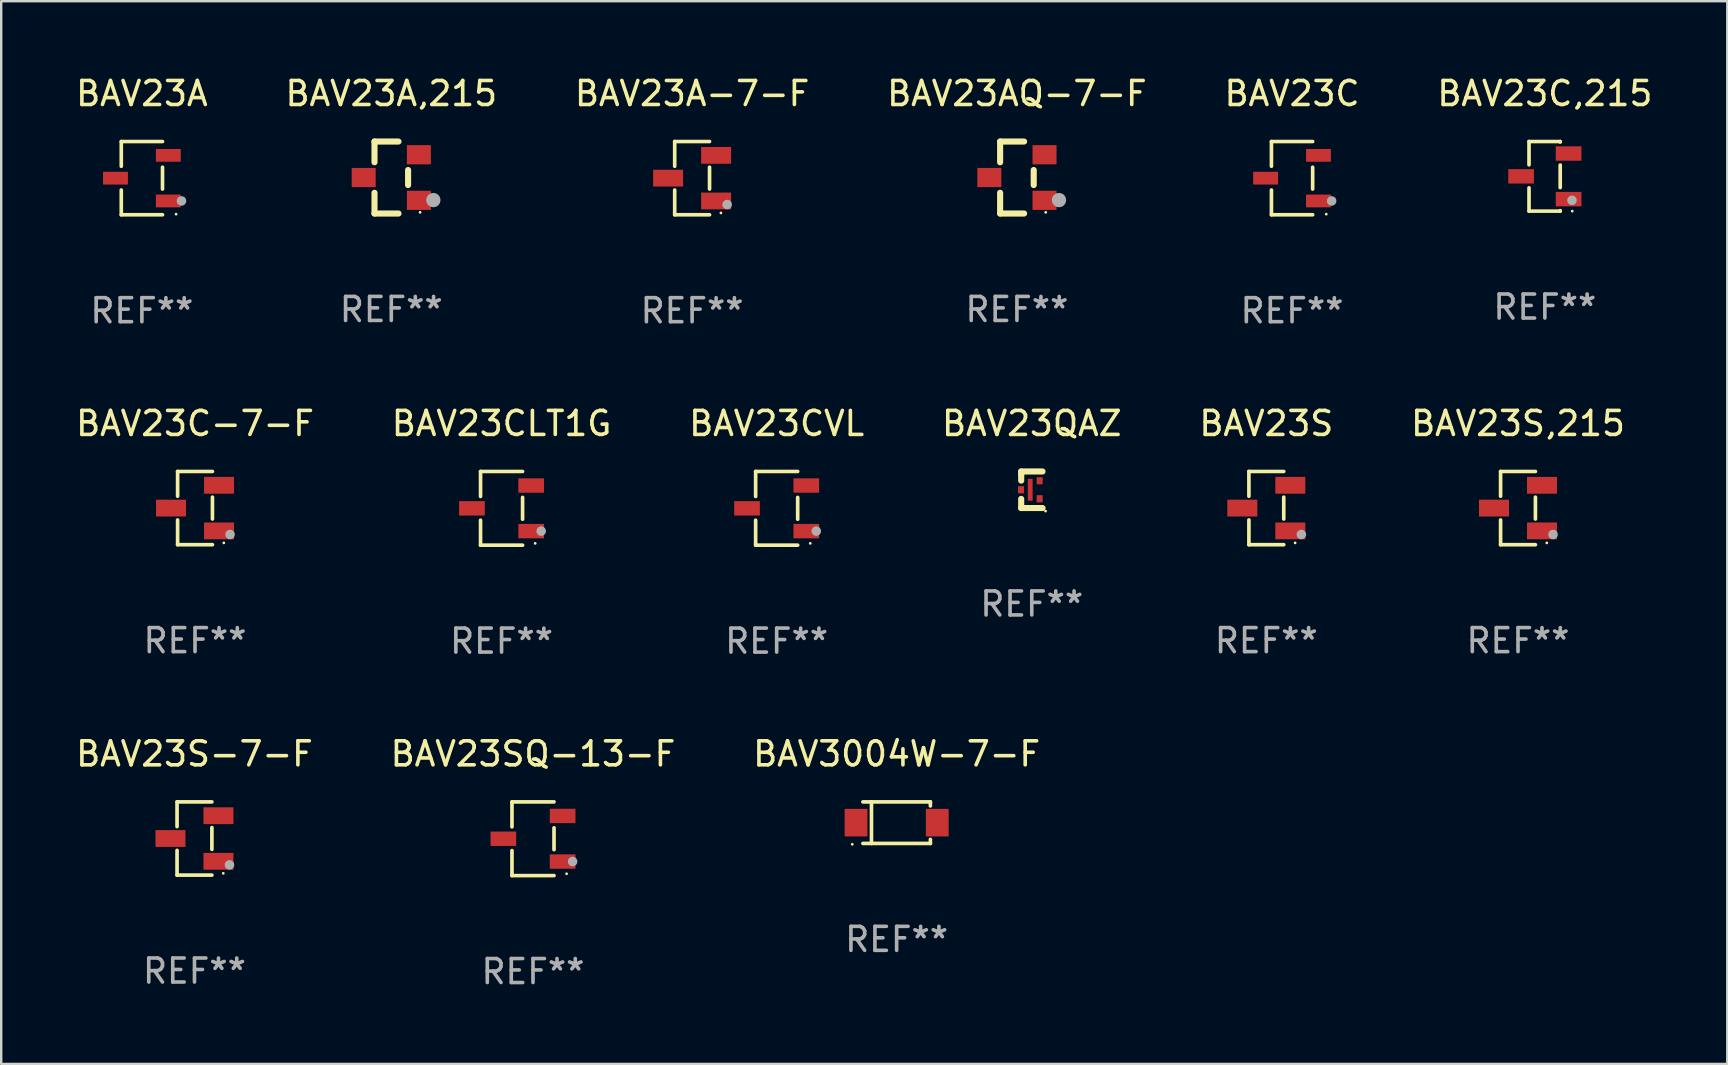
<source format=kicad_pcb>
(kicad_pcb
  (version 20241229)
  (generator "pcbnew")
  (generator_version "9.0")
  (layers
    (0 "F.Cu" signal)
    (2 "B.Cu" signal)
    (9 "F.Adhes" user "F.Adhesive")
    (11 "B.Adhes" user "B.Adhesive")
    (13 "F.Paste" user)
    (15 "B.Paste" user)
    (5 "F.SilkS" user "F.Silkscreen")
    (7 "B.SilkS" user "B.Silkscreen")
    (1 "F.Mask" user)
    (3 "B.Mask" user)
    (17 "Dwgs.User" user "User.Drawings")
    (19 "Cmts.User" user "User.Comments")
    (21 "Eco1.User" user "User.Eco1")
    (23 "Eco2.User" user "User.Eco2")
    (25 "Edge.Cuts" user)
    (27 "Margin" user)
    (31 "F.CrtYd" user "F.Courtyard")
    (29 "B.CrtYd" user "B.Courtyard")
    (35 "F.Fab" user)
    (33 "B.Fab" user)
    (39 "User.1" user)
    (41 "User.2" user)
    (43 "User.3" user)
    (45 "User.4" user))
  (footprint "BAV23S"
    (layer "F.Cu")
    (at 49.72 18.123)
    (property "Reference" "BAV23S" (at 0 -3.526 0) (layer "F.SilkS") (effects (font (size 1 1) (thickness 0.15))))
    (attr through_hole)
    (fp_line (start -0.726 -1.526) (end -0.726 -0.495) (stroke (width 0.152) (type solid)) (layer "F.SilkS"))
    (fp_line (start -0.726 1.526) (end -0.726 0.495) (stroke (width 0.152) (type solid)) (layer "F.SilkS"))
    (fp_line (start 0.726 -1.526) (end -0.726 -1.526) (stroke (width 0.152) (type solid)) (layer "F.SilkS"))
    (fp_line (start 0.726 -0.455) (end 0.726 0.455) (stroke (width 0.152) (type solid)) (layer "F.SilkS"))
    (fp_line (start 0.726 1.526) (end -0.726 1.526) (stroke (width 0.152) (type solid)) (layer "F.SilkS"))
    (fp_circle (center 1.2 1.45) (end 1.23 1.45) (stroke (width 0.06) (type solid)) (fill no) (layer "F.SilkS"))
    (fp_circle (center 1.46 1.1) (end 1.56 1.1) (stroke (width 0.2) (type solid)) (fill no) (layer "F.Fab"))
    (fp_text user "REF**" (at 0 5.526 0) (layer "F.Fab") (effects (font (size 1 1) (thickness 0.15))))
    (pad "1" smd rect (at 1 0.95) (size 1.25 0.7) (layers "F.Cu" "F.Mask" "F.Paste"))
    (pad "2" smd rect (at 1 -0.95) (size 1.25 0.7) (layers "F.Cu" "F.Mask" "F.Paste"))
    (pad "3" smd rect (at -1 0) (size 1.25 0.7) (layers "F.Cu" "F.Mask" "F.Paste")))
  (footprint "BAV23CVL"
    (layer "F.Cu")
    (at 29.315 18.133)
    (property "Reference" "BAV23CVL" (at 0 -3.536 0) (layer "F.SilkS") (effects (font (size 1 1) (thickness 0.15))))
    (attr through_hole)
    (fp_line (start -0.876 -1.536) (end -0.876 -0.495) (stroke (width 0.152) (type solid)) (layer "F.SilkS"))
    (fp_line (start -0.876 1.536) (end -0.876 0.495) (stroke (width 0.152) (type solid)) (layer "F.SilkS"))
    (fp_line (start 0.876 -1.536) (end -0.876 -1.536) (stroke (width 0.152) (type solid)) (layer "F.SilkS"))
    (fp_line (start 0.876 -0.455) (end 0.876 0.455) (stroke (width 0.152) (type solid)) (layer "F.SilkS"))
    (fp_line (start 0.876 1.536) (end -0.876 1.536) (stroke (width 0.152) (type solid)) (layer "F.SilkS"))
    (fp_circle (center 1.4 1.46) (end 1.43 1.46) (stroke (width 0.06) (type solid)) (fill no) (layer "F.SilkS"))
    (fp_circle (center 1.651 0.95) (end 1.751 0.95) (stroke (width 0.2) (type solid)) (fill no) (layer "F.Fab"))
    (fp_text user "REF**" (at 0 5.536 0) (layer "F.Fab") (effects (font (size 1 1) (thickness 0.15))))
    (pad "1" smd rect (at 1.235 0.95) (size 1.07 0.6) (layers "F.Cu" "F.Mask" "F.Paste"))
    (pad "2" smd rect (at 1.235 -0.95) (size 1.07 0.6) (layers "F.Cu" "F.Mask" "F.Paste"))
    (pad "3" smd rect (at -1.235 0) (size 1.07 0.6) (layers "F.Cu" "F.Mask" "F.Paste")))
  (footprint "BAV23S-7-F"
    (layer "F.Cu")
    (at 5.054 31.892)
    (property "Reference" "BAV23S-7-F" (at 0 -3.526 0) (layer "F.SilkS") (effects (font (size 1 1) (thickness 0.15))))
    (attr through_hole)
    (fp_line (start -0.726 -1.526) (end -0.726 -0.495) (stroke (width 0.152) (type solid)) (layer "F.SilkS"))
    (fp_line (start -0.726 1.526) (end -0.726 0.495) (stroke (width 0.152) (type solid)) (layer "F.SilkS"))
    (fp_line (start 0.726 -1.526) (end -0.726 -1.526) (stroke (width 0.152) (type solid)) (layer "F.SilkS"))
    (fp_line (start 0.726 -0.455) (end 0.726 0.455) (stroke (width 0.152) (type solid)) (layer "F.SilkS"))
    (fp_line (start 0.726 1.526) (end -0.726 1.526) (stroke (width 0.152) (type solid)) (layer "F.SilkS"))
    (fp_circle (center 1.2 1.45) (end 1.23 1.45) (stroke (width 0.06) (type solid)) (fill no) (layer "F.SilkS"))
    (fp_circle (center 1.46 1.1) (end 1.56 1.1) (stroke (width 0.2) (type solid)) (fill no) (layer "F.Fab"))
    (fp_text user "REF**" (at 0 5.526 0) (layer "F.Fab") (effects (font (size 1 1) (thickness 0.15))))
    (pad "1" smd rect (at 1 0.95) (size 1.25 0.7) (layers "F.Cu" "F.Mask" "F.Paste"))
    (pad "2" smd rect (at 1 -0.95) (size 1.25 0.7) (layers "F.Cu" "F.Mask" "F.Paste"))
    (pad "3" smd rect (at -1 0) (size 1.25 0.7) (layers "F.Cu" "F.Mask" "F.Paste")))
  (footprint "BAV3004W-7-F"
    (layer "F.Cu")
    (at 34.315 31.232)
    (property "Reference" "BAV3004W-7-F" (at 0 -2.866 0) (layer "F.SilkS") (effects (font (size 1 1) (thickness 0.15))))
    (attr through_hole)
    (fp_line (start -1.406 -0.866) (end 1.406 -0.866) (stroke (width 0.152) (type solid)) (layer "F.SilkS"))
    (fp_line (start -1.406 0.866) (end 1.406 0.866) (stroke (width 0.152) (type solid)) (layer "F.SilkS"))
    (fp_line (start -1.049 -0.866) (end -1.049 0.866) (stroke (width 0.152) (type solid)) (layer "F.SilkS"))
    (fp_line (start 1.406 -0.866) (end 1.406 -0.698) (stroke (width 0.152) (type solid)) (layer "F.SilkS"))
    (fp_line (start 1.406 0.866) (end 1.406 0.698) (stroke (width 0.152) (type solid)) (layer "F.SilkS"))
    (fp_circle (center -1.851 0.9) (end -1.821 0.9) (stroke (width 0.06) (type solid)) (fill no) (layer "F.SilkS"))
    (fp_text user "REF**" (at 0 4.866 0) (layer "F.Fab") (effects (font (size 1 1) (thickness 0.15))))
    (pad "1" smd rect (at -1.692 0) (size 0.95 1.15) (layers "F.Cu" "F.Mask" "F.Paste"))
    (pad "2" smd rect (at 1.692 0) (size 0.95 1.15) (layers "F.Cu" "F.Mask" "F.Paste")))
  (footprint "BAV23A,215"
    (layer "F.Cu")
    (at 13.256 4.348)
    (property "Reference" "BAV23A,215" (at 0 -3.5 0) (layer "F.SilkS") (effects (font (size 1 1) (thickness 0.15))))
    (attr through_hole)
    (fp_line (start -0.7 -1.5) (end 0.3 -1.5) (stroke (width 0.254) (type solid)) (layer "F.SilkS"))
    (fp_line (start -0.7 -0.636) (end -0.7 -1.5) (stroke (width 0.254) (type solid)) (layer "F.SilkS"))
    (fp_line (start -0.7 1.5) (end -0.7 0.636) (stroke (width 0.254) (type solid)) (layer "F.SilkS"))
    (fp_line (start -0.7 1.5) (end 0.3 1.5) (stroke (width 0.254) (type solid)) (layer "F.SilkS"))
    (fp_line (start 0.7 0.314) (end 0.7 -0.314) (stroke (width 0.254) (type solid)) (layer "F.SilkS"))
    (fp_circle (center 1.2 1.45) (end 1.23 1.45) (stroke (width 0.06) (type solid)) (fill no) (layer "F.SilkS"))
    (fp_circle (center 1.753 0.94) (end 1.903 0.94) (stroke (width 0.3) (type solid)) (fill no) (layer "F.Fab"))
    (fp_text user "REF**" (at 0 5.5 0) (layer "F.Fab") (effects (font (size 1 1) (thickness 0.15))))
    (pad "1" smd rect (at 1.15 0.95 180) (size 1 0.8) (layers "F.Cu" "F.Mask" "F.Paste"))
    (pad "2" smd rect (at 1.15 -0.95 180) (size 1 0.8) (layers "F.Cu" "F.Mask" "F.Paste"))
    (pad "3" smd rect (at -1.15 -0.000051 180) (size 1 0.8) (layers "F.Cu" "F.Mask" "F.Paste")))
  (footprint "BAV23S,215"
    (layer "F.Cu")
    (at 60.208 18.123)
    (property "Reference" "BAV23S,215" (at 0 -3.526 0) (layer "F.SilkS") (effects (font (size 1 1) (thickness 0.15))))
    (attr through_hole)
    (fp_line (start -0.726 -1.526) (end -0.726 -0.495) (stroke (width 0.152) (type solid)) (layer "F.SilkS"))
    (fp_line (start -0.726 1.526) (end -0.726 0.495) (stroke (width 0.152) (type solid)) (layer "F.SilkS"))
    (fp_line (start 0.726 -1.526) (end -0.726 -1.526) (stroke (width 0.152) (type solid)) (layer "F.SilkS"))
    (fp_line (start 0.726 -0.455) (end 0.726 0.455) (stroke (width 0.152) (type solid)) (layer "F.SilkS"))
    (fp_line (start 0.726 1.526) (end -0.726 1.526) (stroke (width 0.152) (type solid)) (layer "F.SilkS"))
    (fp_circle (center 1.2 1.45) (end 1.23 1.45) (stroke (width 0.06) (type solid)) (fill no) (layer "F.SilkS"))
    (fp_circle (center 1.46 1.1) (end 1.56 1.1) (stroke (width 0.2) (type solid)) (fill no) (layer "F.Fab"))
    (fp_text user "REF**" (at 0 5.526 0) (layer "F.Fab") (effects (font (size 1 1) (thickness 0.15))))
    (pad "1" smd rect (at 1 0.95) (size 1.25 0.7) (layers "F.Cu" "F.Mask" "F.Paste"))
    (pad "2" smd rect (at 1 -0.95) (size 1.25 0.7) (layers "F.Cu" "F.Mask" "F.Paste"))
    (pad "3" smd rect (at -1 0) (size 1.25 0.7) (layers "F.Cu" "F.Mask" "F.Paste")))
  (footprint "BAV23AQ-7-F"
    (layer "F.Cu")
    (at 39.327 4.348)
    (property "Reference" "BAV23AQ-7-F" (at 0 -3.5 0) (layer "F.SilkS") (effects (font (size 1 1) (thickness 0.15))))
    (attr through_hole)
    (fp_line (start -0.7 -1.5) (end 0.3 -1.5) (stroke (width 0.254) (type solid)) (layer "F.SilkS"))
    (fp_line (start -0.7 -0.636) (end -0.7 -1.5) (stroke (width 0.254) (type solid)) (layer "F.SilkS"))
    (fp_line (start -0.7 1.5) (end -0.7 0.636) (stroke (width 0.254) (type solid)) (layer "F.SilkS"))
    (fp_line (start -0.7 1.5) (end 0.3 1.5) (stroke (width 0.254) (type solid)) (layer "F.SilkS"))
    (fp_line (start 0.7 0.314) (end 0.7 -0.314) (stroke (width 0.254) (type solid)) (layer "F.SilkS"))
    (fp_circle (center 1.2 1.45) (end 1.23 1.45) (stroke (width 0.06) (type solid)) (fill no) (layer "F.SilkS"))
    (fp_circle (center 1.753 0.94) (end 1.903 0.94) (stroke (width 0.3) (type solid)) (fill no) (layer "F.Fab"))
    (fp_text user "REF**" (at 0 5.5 0) (layer "F.Fab") (effects (font (size 1 1) (thickness 0.15))))
    (pad "1" smd rect (at 1.15 0.95 180) (size 1 0.8) (layers "F.Cu" "F.Mask" "F.Paste"))
    (pad "2" smd rect (at 1.15 -0.95 180) (size 1 0.8) (layers "F.Cu" "F.Mask" "F.Paste"))
    (pad "3" smd rect (at -1.15 -0.000051 180) (size 1 0.8) (layers "F.Cu" "F.Mask" "F.Paste")))
  (footprint "BAV23C"
    (layer "F.Cu")
    (at 50.792 4.374)
    (property "Reference" "BAV23C" (at 0 -3.526 0) (layer "F.SilkS") (effects (font (size 1 1) (thickness 0.15))))
    (attr through_hole)
    (fp_line (start -0.859 -1.526) (end -0.859 -0.495) (stroke (width 0.152) (type solid)) (layer "F.SilkS"))
    (fp_line (start -0.859 1.526) (end -0.859 0.495) (stroke (width 0.152) (type solid)) (layer "F.SilkS"))
    (fp_line (start 0.859 -1.526) (end -0.859 -1.526) (stroke (width 0.152) (type solid)) (layer "F.SilkS"))
    (fp_line (start 0.859 -0.455) (end 0.859 0.455) (stroke (width 0.152) (type solid)) (layer "F.SilkS"))
    (fp_line (start 0.859 1.526) (end -0.859 1.526) (stroke (width 0.152) (type solid)) (layer "F.SilkS"))
    (fp_circle (center 1.425 1.5) (end 1.455 1.5) (stroke (width 0.06) (type solid)) (fill no) (layer "F.SilkS"))
    (fp_circle (center 1.65 0.95) (end 1.75 0.95) (stroke (width 0.2) (type solid)) (fill no) (layer "F.Fab"))
    (fp_text user "REF**" (at 0 5.526 0) (layer "F.Fab") (effects (font (size 1 1) (thickness 0.15))))
    (pad "1" smd rect (at 1.101 0.95) (size 1.037 0.532) (layers "F.Cu" "F.Mask" "F.Paste"))
    (pad "2" smd rect (at 1.101 -0.95) (size 1.037 0.532) (layers "F.Cu" "F.Mask" "F.Paste"))
    (pad "3" smd rect (at -1.101 0) (size 1.037 0.532) (layers "F.Cu" "F.Mask" "F.Paste")))
  (footprint "BAV23SQ-13-F"
    (layer "F.Cu")
    (at 19.161 31.902)
    (property "Reference" "BAV23SQ-13-F" (at 0 -3.536 0) (layer "F.SilkS") (effects (font (size 1 1) (thickness 0.15))))
    (attr through_hole)
    (fp_line (start -0.876 -1.536) (end -0.876 -0.495) (stroke (width 0.152) (type solid)) (layer "F.SilkS"))
    (fp_line (start -0.876 1.536) (end -0.876 0.495) (stroke (width 0.152) (type solid)) (layer "F.SilkS"))
    (fp_line (start 0.876 -1.536) (end -0.876 -1.536) (stroke (width 0.152) (type solid)) (layer "F.SilkS"))
    (fp_line (start 0.876 -0.455) (end 0.876 0.455) (stroke (width 0.152) (type solid)) (layer "F.SilkS"))
    (fp_line (start 0.876 1.536) (end -0.876 1.536) (stroke (width 0.152) (type solid)) (layer "F.SilkS"))
    (fp_circle (center 1.4 1.46) (end 1.43 1.46) (stroke (width 0.06) (type solid)) (fill no) (layer "F.SilkS"))
    (fp_circle (center 1.651 0.95) (end 1.751 0.95) (stroke (width 0.2) (type solid)) (fill no) (layer "F.Fab"))
    (fp_text user "REF**" (at 0 5.536 0) (layer "F.Fab") (effects (font (size 1 1) (thickness 0.15))))
    (pad "1" smd rect (at 1.235 0.95) (size 1.07 0.6) (layers "F.Cu" "F.Mask" "F.Paste"))
    (pad "2" smd rect (at 1.235 -0.95) (size 1.07 0.6) (layers "F.Cu" "F.Mask" "F.Paste"))
    (pad "3" smd rect (at -1.235 0) (size 1.07 0.6) (layers "F.Cu" "F.Mask" "F.Paste")))
  (footprint "BAV23A"
    (layer "F.Cu")
    (at 2.863 4.374)
    (property "Reference" "BAV23A" (at 0 -3.526 0) (layer "F.SilkS") (effects (font (size 1 1) (thickness 0.15))))
    (attr through_hole)
    (fp_line (start -0.859 -1.526) (end -0.859 -0.495) (stroke (width 0.152) (type solid)) (layer "F.SilkS"))
    (fp_line (start -0.859 1.526) (end -0.859 0.495) (stroke (width 0.152) (type solid)) (layer "F.SilkS"))
    (fp_line (start 0.859 -1.526) (end -0.859 -1.526) (stroke (width 0.152) (type solid)) (layer "F.SilkS"))
    (fp_line (start 0.859 -0.455) (end 0.859 0.455) (stroke (width 0.152) (type solid)) (layer "F.SilkS"))
    (fp_line (start 0.859 1.526) (end -0.859 1.526) (stroke (width 0.152) (type solid)) (layer "F.SilkS"))
    (fp_circle (center 1.425 1.5) (end 1.455 1.5) (stroke (width 0.06) (type solid)) (fill no) (layer "F.SilkS"))
    (fp_circle (center 1.65 0.95) (end 1.75 0.95) (stroke (width 0.2) (type solid)) (fill no) (layer "F.Fab"))
    (fp_text user "REF**" (at 0 5.526 0) (layer "F.Fab") (effects (font (size 1 1) (thickness 0.15))))
    (pad "1" smd rect (at 1.101 0.95) (size 1.037 0.532) (layers "F.Cu" "F.Mask" "F.Paste"))
    (pad "2" smd rect (at 1.101 -0.95) (size 1.037 0.532) (layers "F.Cu" "F.Mask" "F.Paste"))
    (pad "3" smd rect (at -1.101 0) (size 1.037 0.532) (layers "F.Cu" "F.Mask" "F.Paste")))
  (footprint "BAV23QAZ"
    (layer "F.Cu")
    (at 39.946 17.359)
    (property "Reference" "BAV23QAZ" (at 0 -2.762 0) (layer "F.SilkS") (effects (font (size 1 1) (thickness 0.15))))
    (attr through_hole)
    (fp_line (start -0.441 -0.762) (end 0.448 -0.762) (stroke (width 0.254) (type solid)) (layer "F.SilkS"))
    (fp_line (start -0.441 -0.635) (end -0.441 -0.762) (stroke (width 0.254) (type solid)) (layer "F.SilkS"))
    (fp_line (start -0.441 -0.381) (end -0.441 -0.635) (stroke (width 0.254) (type solid)) (layer "F.SilkS"))
    (fp_line (start -0.441 0.381) (end -0.441 0.762) (stroke (width 0.254) (type solid)) (layer "F.SilkS"))
    (fp_line (start -0.441 0.762) (end 0.448 0.762) (stroke (width 0.254) (type solid)) (layer "F.SilkS"))
    (fp_circle (center 0.575 0.889) (end 0.605 0.889) (stroke (width 0.06) (type solid)) (fill no) (layer "F.SilkS"))
    (fp_text user "REF**" (at 0 4.762 0) (layer "F.Fab") (effects (font (size 1 1) (thickness 0.15))))
    (pad "1" smd rect (at 0.329 0.375 270) (size 0.3 0.25) (layers "F.Cu" "F.Mask" "F.Paste"))
    (pad "2" smd rect (at 0.329 -0.375 270) (size 0.3 0.25) (layers "F.Cu" "F.Mask" "F.Paste"))
    (pad "3" smd rect (at -0.448 0 270) (size 0.3 0.25) (layers "F.Cu" "F.Mask" "F.Paste"))
    (pad "4" smd rect (at -0.065 0 270) (size 0.91 0.2) (layers "F.Cu" "F.Mask" "F.Paste")))
  (footprint "BAV23C-7-F"
    (layer "F.Cu")
    (at 5.077 18.123)
    (property "Reference" "BAV23C-7-F" (at 0 -3.526 0) (layer "F.SilkS") (effects (font (size 1 1) (thickness 0.15))))
    (attr through_hole)
    (fp_line (start -0.726 -1.526) (end -0.726 -0.495) (stroke (width 0.152) (type solid)) (layer "F.SilkS"))
    (fp_line (start -0.726 1.526) (end -0.726 0.495) (stroke (width 0.152) (type solid)) (layer "F.SilkS"))
    (fp_line (start 0.726 -1.526) (end -0.726 -1.526) (stroke (width 0.152) (type solid)) (layer "F.SilkS"))
    (fp_line (start 0.726 -0.455) (end 0.726 0.455) (stroke (width 0.152) (type solid)) (layer "F.SilkS"))
    (fp_line (start 0.726 1.526) (end -0.726 1.526) (stroke (width 0.152) (type solid)) (layer "F.SilkS"))
    (fp_circle (center 1.2 1.45) (end 1.23 1.45) (stroke (width 0.06) (type solid)) (fill no) (layer "F.SilkS"))
    (fp_circle (center 1.46 1.1) (end 1.56 1.1) (stroke (width 0.2) (type solid)) (fill no) (layer "F.Fab"))
    (fp_text user "REF**" (at 0 5.526 0) (layer "F.Fab") (effects (font (size 1 1) (thickness 0.15))))
    (pad "1" smd rect (at 1 0.95) (size 1.25 0.7) (layers "F.Cu" "F.Mask" "F.Paste"))
    (pad "2" smd rect (at 1 -0.95) (size 1.25 0.7) (layers "F.Cu" "F.Mask" "F.Paste"))
    (pad "3" smd rect (at -1 0) (size 1.25 0.7) (layers "F.Cu" "F.Mask" "F.Paste")))
  (footprint "BAV23CLT1G"
    (layer "F.Cu")
    (at 17.851 18.133)
    (property "Reference" "BAV23CLT1G" (at 0 -3.536 0) (layer "F.SilkS") (effects (font (size 1 1) (thickness 0.15))))
    (attr through_hole)
    (fp_line (start -0.876 -1.536) (end -0.876 -0.495) (stroke (width 0.152) (type solid)) (layer "F.SilkS"))
    (fp_line (start -0.876 1.536) (end -0.876 0.495) (stroke (width 0.152) (type solid)) (layer "F.SilkS"))
    (fp_line (start 0.876 -1.536) (end -0.876 -1.536) (stroke (width 0.152) (type solid)) (layer "F.SilkS"))
    (fp_line (start 0.876 -0.455) (end 0.876 0.455) (stroke (width 0.152) (type solid)) (layer "F.SilkS"))
    (fp_line (start 0.876 1.536) (end -0.876 1.536) (stroke (width 0.152) (type solid)) (layer "F.SilkS"))
    (fp_circle (center 1.4 1.46) (end 1.43 1.46) (stroke (width 0.06) (type solid)) (fill no) (layer "F.SilkS"))
    (fp_circle (center 1.651 0.95) (end 1.751 0.95) (stroke (width 0.2) (type solid)) (fill no) (layer "F.Fab"))
    (fp_text user "REF**" (at 0 5.536 0) (layer "F.Fab") (effects (font (size 1 1) (thickness 0.15))))
    (pad "1" smd rect (at 1.235 0.95) (size 1.07 0.6) (layers "F.Cu" "F.Mask" "F.Paste"))
    (pad "2" smd rect (at 1.235 -0.95) (size 1.07 0.6) (layers "F.Cu" "F.Mask" "F.Paste"))
    (pad "3" smd rect (at -1.235 0) (size 1.07 0.6) (layers "F.Cu" "F.Mask" "F.Paste")))
  (footprint "BAV23A-7-F"
    (layer "F.Cu")
    (at 25.792 4.374)
    (property "Reference" "BAV23A-7-F" (at 0 -3.526 0) (layer "F.SilkS") (effects (font (size 1 1) (thickness 0.15))))
    (attr through_hole)
    (fp_line (start -0.726 -1.526) (end -0.726 -0.495) (stroke (width 0.152) (type solid)) (layer "F.SilkS"))
    (fp_line (start -0.726 1.526) (end -0.726 0.495) (stroke (width 0.152) (type solid)) (layer "F.SilkS"))
    (fp_line (start 0.726 -1.526) (end -0.726 -1.526) (stroke (width 0.152) (type solid)) (layer "F.SilkS"))
    (fp_line (start 0.726 -0.455) (end 0.726 0.455) (stroke (width 0.152) (type solid)) (layer "F.SilkS"))
    (fp_line (start 0.726 1.526) (end -0.726 1.526) (stroke (width 0.152) (type solid)) (layer "F.SilkS"))
    (fp_circle (center 1.2 1.45) (end 1.23 1.45) (stroke (width 0.06) (type solid)) (fill no) (layer "F.SilkS"))
    (fp_circle (center 1.46 1.1) (end 1.56 1.1) (stroke (width 0.2) (type solid)) (fill no) (layer "F.Fab"))
    (fp_text user "REF**" (at 0 5.526 0) (layer "F.Fab") (effects (font (size 1 1) (thickness 0.15))))
    (pad "1" smd rect (at 1 0.95) (size 1.25 0.7) (layers "F.Cu" "F.Mask" "F.Paste"))
    (pad "2" smd rect (at 1 -0.95) (size 1.25 0.7) (layers "F.Cu" "F.Mask" "F.Paste"))
    (pad "3" smd rect (at -1 0) (size 1.25 0.7) (layers "F.Cu" "F.Mask" "F.Paste")))
  (footprint "BAV23C,215"
    (layer "F.Cu")
    (at 61.327 4.298)
    (property "Reference" "BAV23C,215" (at 0 -3.45 0) (layer "F.SilkS") (effects (font (size 1 1) (thickness 0.15))))
    (attr through_hole)
    (fp_line (start -0.66 -1.45) (end -0.66 -0.48) (stroke (width 0.152) (type solid)) (layer "F.SilkS"))
    (fp_line (start -0.66 0.48) (end -0.66 1.45) (stroke (width 0.152) (type solid)) (layer "F.SilkS"))
    (fp_line (start -0.66 1.45) (end 0.64 1.45) (stroke (width 0.152) (type solid)) (layer "F.SilkS"))
    (fp_line (start 0.64 -1.45) (end -0.66 -1.45) (stroke (width 0.152) (type solid)) (layer "F.SilkS"))
    (fp_line (start 0.64 -1.45) (end 0.64 -1.43) (stroke (width 0.152) (type solid)) (layer "F.SilkS"))
    (fp_line (start 0.64 -0.47) (end 0.64 0.47) (stroke (width 0.152) (type solid)) (layer "F.SilkS"))
    (fp_line (start 0.64 1.43) (end 0.64 1.45) (stroke (width 0.152) (type solid)) (layer "F.SilkS"))
    (fp_circle (center 1.14 1.45) (end 1.17 1.45) (stroke (width 0.06) (type solid)) (fill no) (layer "F.SilkS"))
    (fp_circle (center 1.13 1) (end 1.23 1) (stroke (width 0.2) (type solid)) (fill no) (layer "F.Fab"))
    (fp_text user "REF**" (at 0 5.45 0) (layer "F.Fab") (effects (font (size 1 1) (thickness 0.15))))
    (pad "1" smd rect (at 0.99 0.95) (size 1.07 0.6) (layers "F.Cu" "F.Mask" "F.Paste"))
    (pad "2" smd rect (at 0.99 -0.95) (size 1.07 0.6) (layers "F.Cu" "F.Mask" "F.Paste"))
    (pad "3" smd rect (at -0.99 -0.000013) (size 1.07 0.6) (layers "F.Cu" "F.Mask" "F.Paste")))
  (gr_rect
    (start -3 -3)
    (end 68.929 41.287)
    (stroke (width 0.1) (type default))
    (fill no)
    (layer "Edge.Cuts")))
</source>
